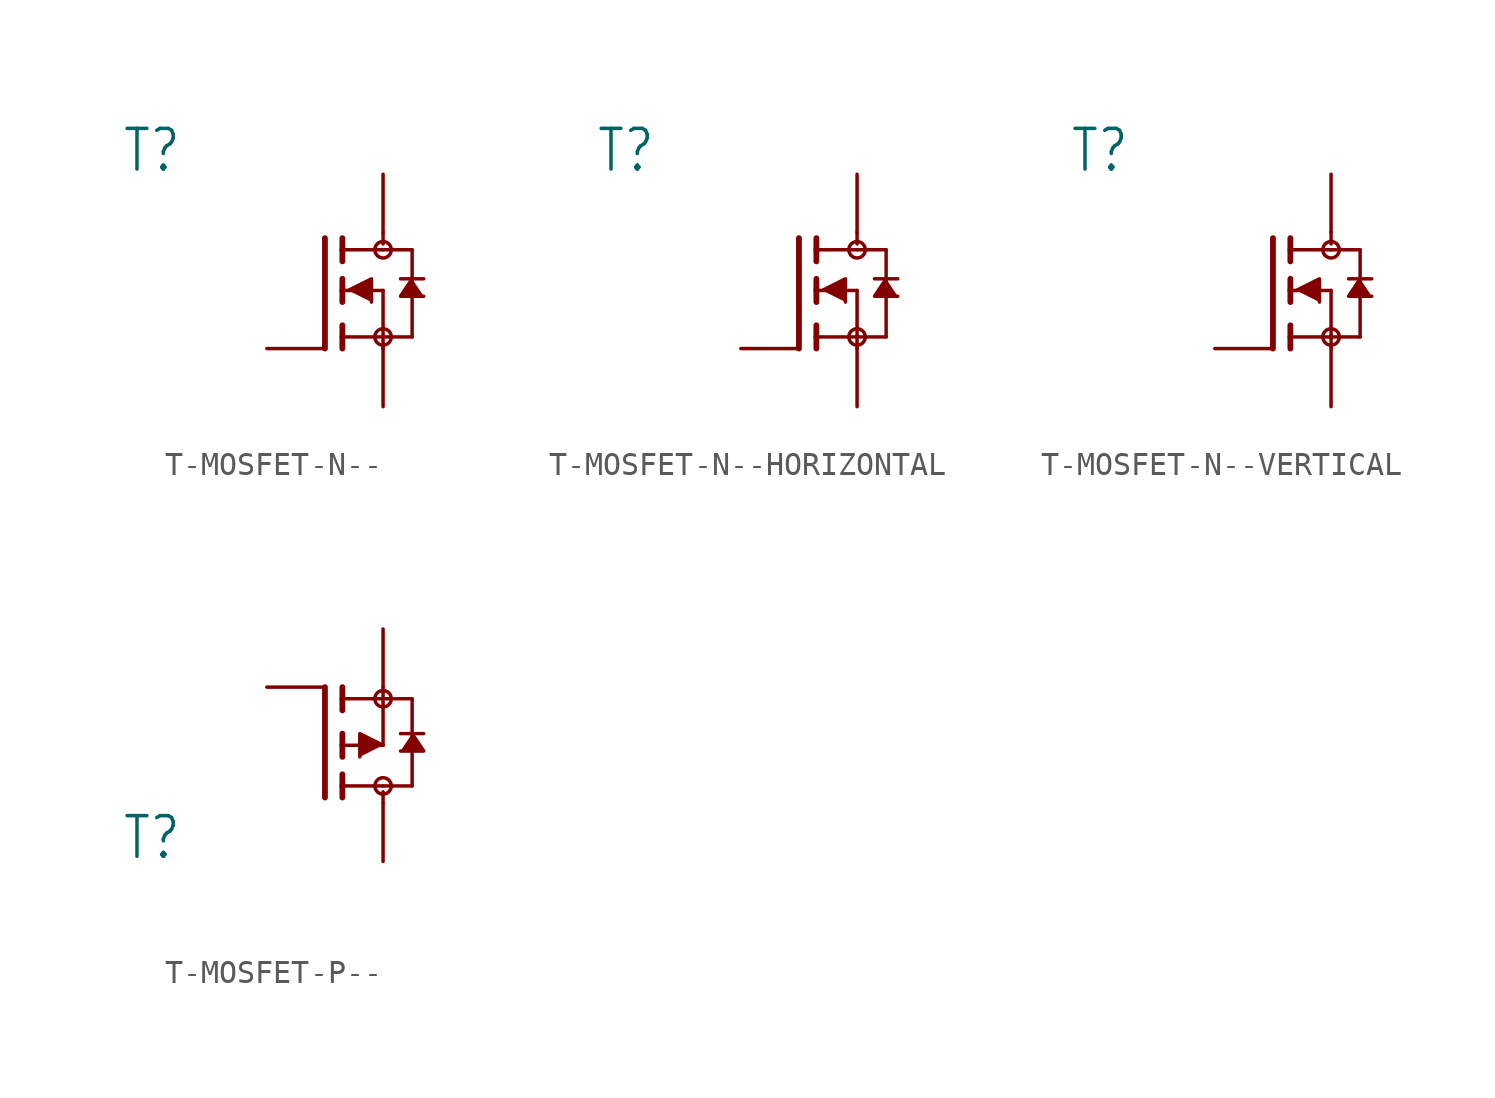
<source format=kicad_sym>
(kicad_symbol_lib
  (version 20231120)
  (generator "kicad_symbol_editor")
  (generator_version "8.0")
  (symbol "T-MOSFET-N--"
    (property "Reference" "T"
      (at -11.43 5.08 0)
      (effects (font (size 1.778 1.511)) (justify left bottom)))
    (property "Value" ""
      (at -11.43 2.54 0)
      (effects (font (size 1.778 1.511)) (justify left bottom)))
    (property "ki_locked" ""
      (at 0 0 0)
      (effects (font (size 1.27 1.27))))
    (symbol "T-MOSFET-N--_1_0"
      (circle (center 0 -2.032) (radius 0.359) (stroke (width 0) (type solid)) (fill (type none)))
      (polyline (pts (xy -2.54 2.286) (xy -2.54 -2.54)) (stroke (width 0.254) (type solid)) (fill (type none)))
      (polyline (pts (xy -1.778 -2.032) (xy -1.778 -2.54)) (stroke (width 0.254) (type solid)) (fill (type none)))
      (polyline (pts (xy -1.778 -1.524) (xy -1.778 -2.032)) (stroke (width 0.254) (type solid)) (fill (type none)))
      (polyline (pts (xy -1.778 0) (xy -1.778 -0.508)) (stroke (width 0.254) (type solid)) (fill (type none)))
      (polyline (pts (xy -1.778 0) (xy 0 0)) (stroke (width 0.152) (type solid)) (fill (type none)))
      (polyline (pts (xy -1.778 0.508) (xy -1.778 0)) (stroke (width 0.254) (type solid)) (fill (type none)))
      (polyline (pts (xy -1.778 1.778) (xy -1.778 1.27)) (stroke (width 0.254) (type solid)) (fill (type none)))
      (polyline (pts (xy -1.778 1.778) (xy 0 1.778)) (stroke (width 0.152) (type solid)) (fill (type none)))
      (polyline (pts (xy -1.778 2.286) (xy -1.778 1.778)) (stroke (width 0.254) (type solid)) (fill (type none)))
      (polyline (pts (xy 0 -2.032) (xy -1.778 -2.032)) (stroke (width 0.152) (type solid)) (fill (type none)))
      (polyline (pts (xy 0 -2.032) (xy 0 -2.54)) (stroke (width 0.152) (type solid)) (fill (type none)))
      (polyline (pts (xy 0 -2.032) (xy 1.27 -2.032)) (stroke (width 0.152) (type solid)) (fill (type none)))
      (polyline (pts (xy 0 0) (xy 0 -2.032)) (stroke (width 0.152) (type solid)) (fill (type none)))
      (polyline (pts (xy 0 1.778) (xy 1.27 1.778)) (stroke (width 0.152) (type solid)) (fill (type none)))
      (polyline (pts (xy 0 2.032) (xy 0 2.54)) (stroke (width 0.152) (type solid)) (fill (type none)))
      (polyline (pts (xy 1.27 0.508) (xy 0.762 0.508)) (stroke (width 0.152) (type solid)) (fill (type none)))
      (polyline (pts (xy 1.27 0.508) (xy 1.27 -2.032)) (stroke (width 0.152) (type solid)) (fill (type none)))
      (polyline (pts (xy 1.27 1.778) (xy 1.27 0.508)) (stroke (width 0.152) (type solid)) (fill (type none)))
      (polyline (pts (xy 1.778 0.508) (xy 1.27 0.508)) (stroke (width 0.152) (type solid)) (fill (type none)))
      (polyline (pts (xy -1.524 0) (xy -0.508 0.508) (xy -0.508 -0.508)) (stroke (width 0.152) (type solid)) (fill (type outline)))
      (polyline (pts (xy 1.27 0.508) (xy 0.762 -0.254) (xy 1.778 -0.254)) (stroke (width 0.152) (type solid)) (fill (type outline)))
      (circle (center 0 1.778) (radius 0.359) (stroke (width 0) (type solid)) (fill (type none)))
      (pin passive line (at 0 5.08 270) (length 2.54) (name "D" (effects (font (size 0 0)))) (number "1" (effects (font (size 0 0)))))
      (pin passive line (at -5.08 -2.54 0) (length 2.54) (name "G" (effects (font (size 0 0)))) (number "2" (effects (font (size 0 0)))))
      (pin passive line (at 0 -5.08 90) (length 2.54) (name "S" (effects (font (size 0 0)))) (number "3" (effects (font (size 0 0)))))))
  (symbol "T-MOSFET-N--HORIZONTAL"
    (property "Reference" "T"
      (at -11.43 5.08 0)
      (effects (font (size 1.778 1.511)) (justify left bottom)))
    (property "Value" ""
      (at -11.43 2.54 0)
      (effects (font (size 1.778 1.511)) (justify left bottom)))
    (property "ki_locked" ""
      (at 0 0 0)
      (effects (font (size 1.27 1.27))))
    (symbol "T-MOSFET-N--HORIZONTAL_1_0"
      (circle (center 0 -2.032) (radius 0.359) (stroke (width 0) (type solid)) (fill (type none)))
      (polyline (pts (xy -2.54 2.286) (xy -2.54 -2.54)) (stroke (width 0.254) (type solid)) (fill (type none)))
      (polyline (pts (xy -1.778 -2.032) (xy -1.778 -2.54)) (stroke (width 0.254) (type solid)) (fill (type none)))
      (polyline (pts (xy -1.778 -1.524) (xy -1.778 -2.032)) (stroke (width 0.254) (type solid)) (fill (type none)))
      (polyline (pts (xy -1.778 0) (xy -1.778 -0.508)) (stroke (width 0.254) (type solid)) (fill (type none)))
      (polyline (pts (xy -1.778 0) (xy 0 0)) (stroke (width 0.152) (type solid)) (fill (type none)))
      (polyline (pts (xy -1.778 0.508) (xy -1.778 0)) (stroke (width 0.254) (type solid)) (fill (type none)))
      (polyline (pts (xy -1.778 1.778) (xy -1.778 1.27)) (stroke (width 0.254) (type solid)) (fill (type none)))
      (polyline (pts (xy -1.778 1.778) (xy 0 1.778)) (stroke (width 0.152) (type solid)) (fill (type none)))
      (polyline (pts (xy -1.778 2.286) (xy -1.778 1.778)) (stroke (width 0.254) (type solid)) (fill (type none)))
      (polyline (pts (xy 0 -2.032) (xy -1.778 -2.032)) (stroke (width 0.152) (type solid)) (fill (type none)))
      (polyline (pts (xy 0 -2.032) (xy 0 -2.54)) (stroke (width 0.152) (type solid)) (fill (type none)))
      (polyline (pts (xy 0 -2.032) (xy 1.27 -2.032)) (stroke (width 0.152) (type solid)) (fill (type none)))
      (polyline (pts (xy 0 0) (xy 0 -2.032)) (stroke (width 0.152) (type solid)) (fill (type none)))
      (polyline (pts (xy 0 1.778) (xy 1.27 1.778)) (stroke (width 0.152) (type solid)) (fill (type none)))
      (polyline (pts (xy 0 2.032) (xy 0 2.54)) (stroke (width 0.152) (type solid)) (fill (type none)))
      (polyline (pts (xy 1.27 0.508) (xy 0.762 0.508)) (stroke (width 0.152) (type solid)) (fill (type none)))
      (polyline (pts (xy 1.27 0.508) (xy 1.27 -2.032)) (stroke (width 0.152) (type solid)) (fill (type none)))
      (polyline (pts (xy 1.27 1.778) (xy 1.27 0.508)) (stroke (width 0.152) (type solid)) (fill (type none)))
      (polyline (pts (xy 1.778 0.508) (xy 1.27 0.508)) (stroke (width 0.152) (type solid)) (fill (type none)))
      (polyline (pts (xy -1.524 0) (xy -0.508 0.508) (xy -0.508 -0.508)) (stroke (width 0.152) (type solid)) (fill (type outline)))
      (polyline (pts (xy 1.27 0.508) (xy 0.762 -0.254) (xy 1.778 -0.254)) (stroke (width 0.152) (type solid)) (fill (type outline)))
      (circle (center 0 1.778) (radius 0.359) (stroke (width 0) (type solid)) (fill (type none)))
      (pin passive line (at -5.08 -2.54 0) (length 2.54) (name "G" (effects (font (size 0 0)))) (number "1" (effects (font (size 0 0)))))
      (pin passive line (at 0 5.08 270) (length 2.54) (name "D" (effects (font (size 0 0)))) (number "2" (effects (font (size 0 0)))))
      (pin passive line (at 0 -5.08 90) (length 2.54) (name "S" (effects (font (size 0 0)))) (number "3" (effects (font (size 0 0)))))))
  (symbol "T-MOSFET-N--VERTICAL"
    (property "Reference" "T"
      (at -11.43 5.08 0)
      (effects (font (size 1.778 1.511)) (justify left bottom)))
    (property "Value" ""
      (at -11.43 2.54 0)
      (effects (font (size 1.778 1.511)) (justify left bottom)))
    (property "ki_locked" ""
      (at 0 0 0)
      (effects (font (size 1.27 1.27))))
    (symbol "T-MOSFET-N--VERTICAL_1_0"
      (circle (center 0 -2.032) (radius 0.359) (stroke (width 0) (type solid)) (fill (type none)))
      (polyline (pts (xy -2.54 2.286) (xy -2.54 -2.54)) (stroke (width 0.254) (type solid)) (fill (type none)))
      (polyline (pts (xy -1.778 -2.032) (xy -1.778 -2.54)) (stroke (width 0.254) (type solid)) (fill (type none)))
      (polyline (pts (xy -1.778 -1.524) (xy -1.778 -2.032)) (stroke (width 0.254) (type solid)) (fill (type none)))
      (polyline (pts (xy -1.778 0) (xy -1.778 -0.508)) (stroke (width 0.254) (type solid)) (fill (type none)))
      (polyline (pts (xy -1.778 0) (xy 0 0)) (stroke (width 0.152) (type solid)) (fill (type none)))
      (polyline (pts (xy -1.778 0.508) (xy -1.778 0)) (stroke (width 0.254) (type solid)) (fill (type none)))
      (polyline (pts (xy -1.778 1.778) (xy -1.778 1.27)) (stroke (width 0.254) (type solid)) (fill (type none)))
      (polyline (pts (xy -1.778 1.778) (xy 0 1.778)) (stroke (width 0.152) (type solid)) (fill (type none)))
      (polyline (pts (xy -1.778 2.286) (xy -1.778 1.778)) (stroke (width 0.254) (type solid)) (fill (type none)))
      (polyline (pts (xy 0 -2.032) (xy -1.778 -2.032)) (stroke (width 0.152) (type solid)) (fill (type none)))
      (polyline (pts (xy 0 -2.032) (xy 0 -2.54)) (stroke (width 0.152) (type solid)) (fill (type none)))
      (polyline (pts (xy 0 -2.032) (xy 1.27 -2.032)) (stroke (width 0.152) (type solid)) (fill (type none)))
      (polyline (pts (xy 0 0) (xy 0 -2.032)) (stroke (width 0.152) (type solid)) (fill (type none)))
      (polyline (pts (xy 0 1.778) (xy 1.27 1.778)) (stroke (width 0.152) (type solid)) (fill (type none)))
      (polyline (pts (xy 0 2.032) (xy 0 2.54)) (stroke (width 0.152) (type solid)) (fill (type none)))
      (polyline (pts (xy 1.27 0.508) (xy 0.762 0.508)) (stroke (width 0.152) (type solid)) (fill (type none)))
      (polyline (pts (xy 1.27 0.508) (xy 1.27 -2.032)) (stroke (width 0.152) (type solid)) (fill (type none)))
      (polyline (pts (xy 1.27 1.778) (xy 1.27 0.508)) (stroke (width 0.152) (type solid)) (fill (type none)))
      (polyline (pts (xy 1.778 0.508) (xy 1.27 0.508)) (stroke (width 0.152) (type solid)) (fill (type none)))
      (polyline (pts (xy -1.524 0) (xy -0.508 0.508) (xy -0.508 -0.508)) (stroke (width 0.152) (type solid)) (fill (type outline)))
      (polyline (pts (xy 1.27 0.508) (xy 0.762 -0.254) (xy 1.778 -0.254)) (stroke (width 0.152) (type solid)) (fill (type outline)))
      (circle (center 0 1.778) (radius 0.359) (stroke (width 0) (type solid)) (fill (type none)))
      (pin passive line (at -5.08 -2.54 0) (length 2.54) (name "G" (effects (font (size 0 0)))) (number "1" (effects (font (size 0 0)))))
      (pin passive line (at 0 5.08 270) (length 2.54) (name "D" (effects (font (size 0 0)))) (number "2" (effects (font (size 0 0)))))
      (pin passive line (at 0 -5.08 90) (length 2.54) (name "S" (effects (font (size 0 0)))) (number "3" (effects (font (size 0 0)))))))
  (symbol "T-MOSFET-P--"
    (property "Reference" "T"
      (at -11.43 -5.08 0)
      (effects (font (size 1.778 1.511)) (justify left bottom)))
    (property "Value" ""
      (at -11.43 -7.62 0)
      (effects (font (size 1.778 1.511)) (justify left bottom)))
    (property "ki_locked" ""
      (at 0 0 0)
      (effects (font (size 1.27 1.27))))
    (symbol "T-MOSFET-P--_1_0"
      (circle (center 0 -1.778) (radius 0.359) (stroke (width 0) (type solid)) (fill (type none)))
      (polyline (pts (xy -2.54 -2.286) (xy -2.54 2.54)) (stroke (width 0.254) (type solid)) (fill (type none)))
      (polyline (pts (xy -1.778 -2.286) (xy -1.778 -1.778)) (stroke (width 0.254) (type solid)) (fill (type none)))
      (polyline (pts (xy -1.778 -1.778) (xy -1.778 -1.27)) (stroke (width 0.254) (type solid)) (fill (type none)))
      (polyline (pts (xy -1.778 -1.778) (xy 0 -1.778)) (stroke (width 0.152) (type solid)) (fill (type none)))
      (polyline (pts (xy -1.778 -0.508) (xy -1.778 0)) (stroke (width 0.254) (type solid)) (fill (type none)))
      (polyline (pts (xy -1.778 0) (xy -1.778 0.508)) (stroke (width 0.254) (type solid)) (fill (type none)))
      (polyline (pts (xy -1.778 0) (xy 0 0)) (stroke (width 0.152) (type solid)) (fill (type none)))
      (polyline (pts (xy -1.778 1.524) (xy -1.778 2.032)) (stroke (width 0.254) (type solid)) (fill (type none)))
      (polyline (pts (xy -1.778 2.032) (xy -1.778 2.54)) (stroke (width 0.254) (type solid)) (fill (type none)))
      (polyline (pts (xy 0 -2.54) (xy 0 -2.032)) (stroke (width 0.152) (type solid)) (fill (type none)))
      (polyline (pts (xy 0 -1.778) (xy 1.27 -1.778)) (stroke (width 0.152) (type solid)) (fill (type none)))
      (polyline (pts (xy 0 0) (xy 0 2.032)) (stroke (width 0.152) (type solid)) (fill (type none)))
      (polyline (pts (xy 0 2.032) (xy -1.778 2.032)) (stroke (width 0.152) (type solid)) (fill (type none)))
      (polyline (pts (xy 0 2.032) (xy 1.27 2.032)) (stroke (width 0.152) (type solid)) (fill (type none)))
      (polyline (pts (xy 0 2.54) (xy 0 2.032)) (stroke (width 0.152) (type solid)) (fill (type none)))
      (polyline (pts (xy 0.762 0.508) (xy 1.27 0.508)) (stroke (width 0.152) (type solid)) (fill (type none)))
      (polyline (pts (xy 1.27 -1.778) (xy 1.27 0.508)) (stroke (width 0.152) (type solid)) (fill (type none)))
      (polyline (pts (xy 1.27 0.508) (xy 1.27 2.032)) (stroke (width 0.152) (type solid)) (fill (type none)))
      (polyline (pts (xy 1.27 0.508) (xy 1.778 0.508)) (stroke (width 0.152) (type solid)) (fill (type none)))
      (polyline (pts (xy 0 0) (xy -1.016 0.508) (xy -1.016 -0.508)) (stroke (width 0.152) (type solid)) (fill (type outline)))
      (polyline (pts (xy 1.27 0.508) (xy 1.778 -0.254) (xy 0.762 -0.254)) (stroke (width 0.152) (type solid)) (fill (type outline)))
      (circle (center 0 2.032) (radius 0.359) (stroke (width 0) (type solid)) (fill (type none)))
      (pin passive line (at 0 5.08 270) (length 2.54) (name "S" (effects (font (size 0 0)))) (number "1" (effects (font (size 0 0)))))
      (pin passive line (at -5.08 2.54 0) (length 2.54) (name "G" (effects (font (size 0 0)))) (number "2" (effects (font (size 0 0)))))
      (pin passive line (at 0 -5.08 90) (length 2.54) (name "D" (effects (font (size 0 0)))) (number "3" (effects (font (size 0 0))))))))
</source>
